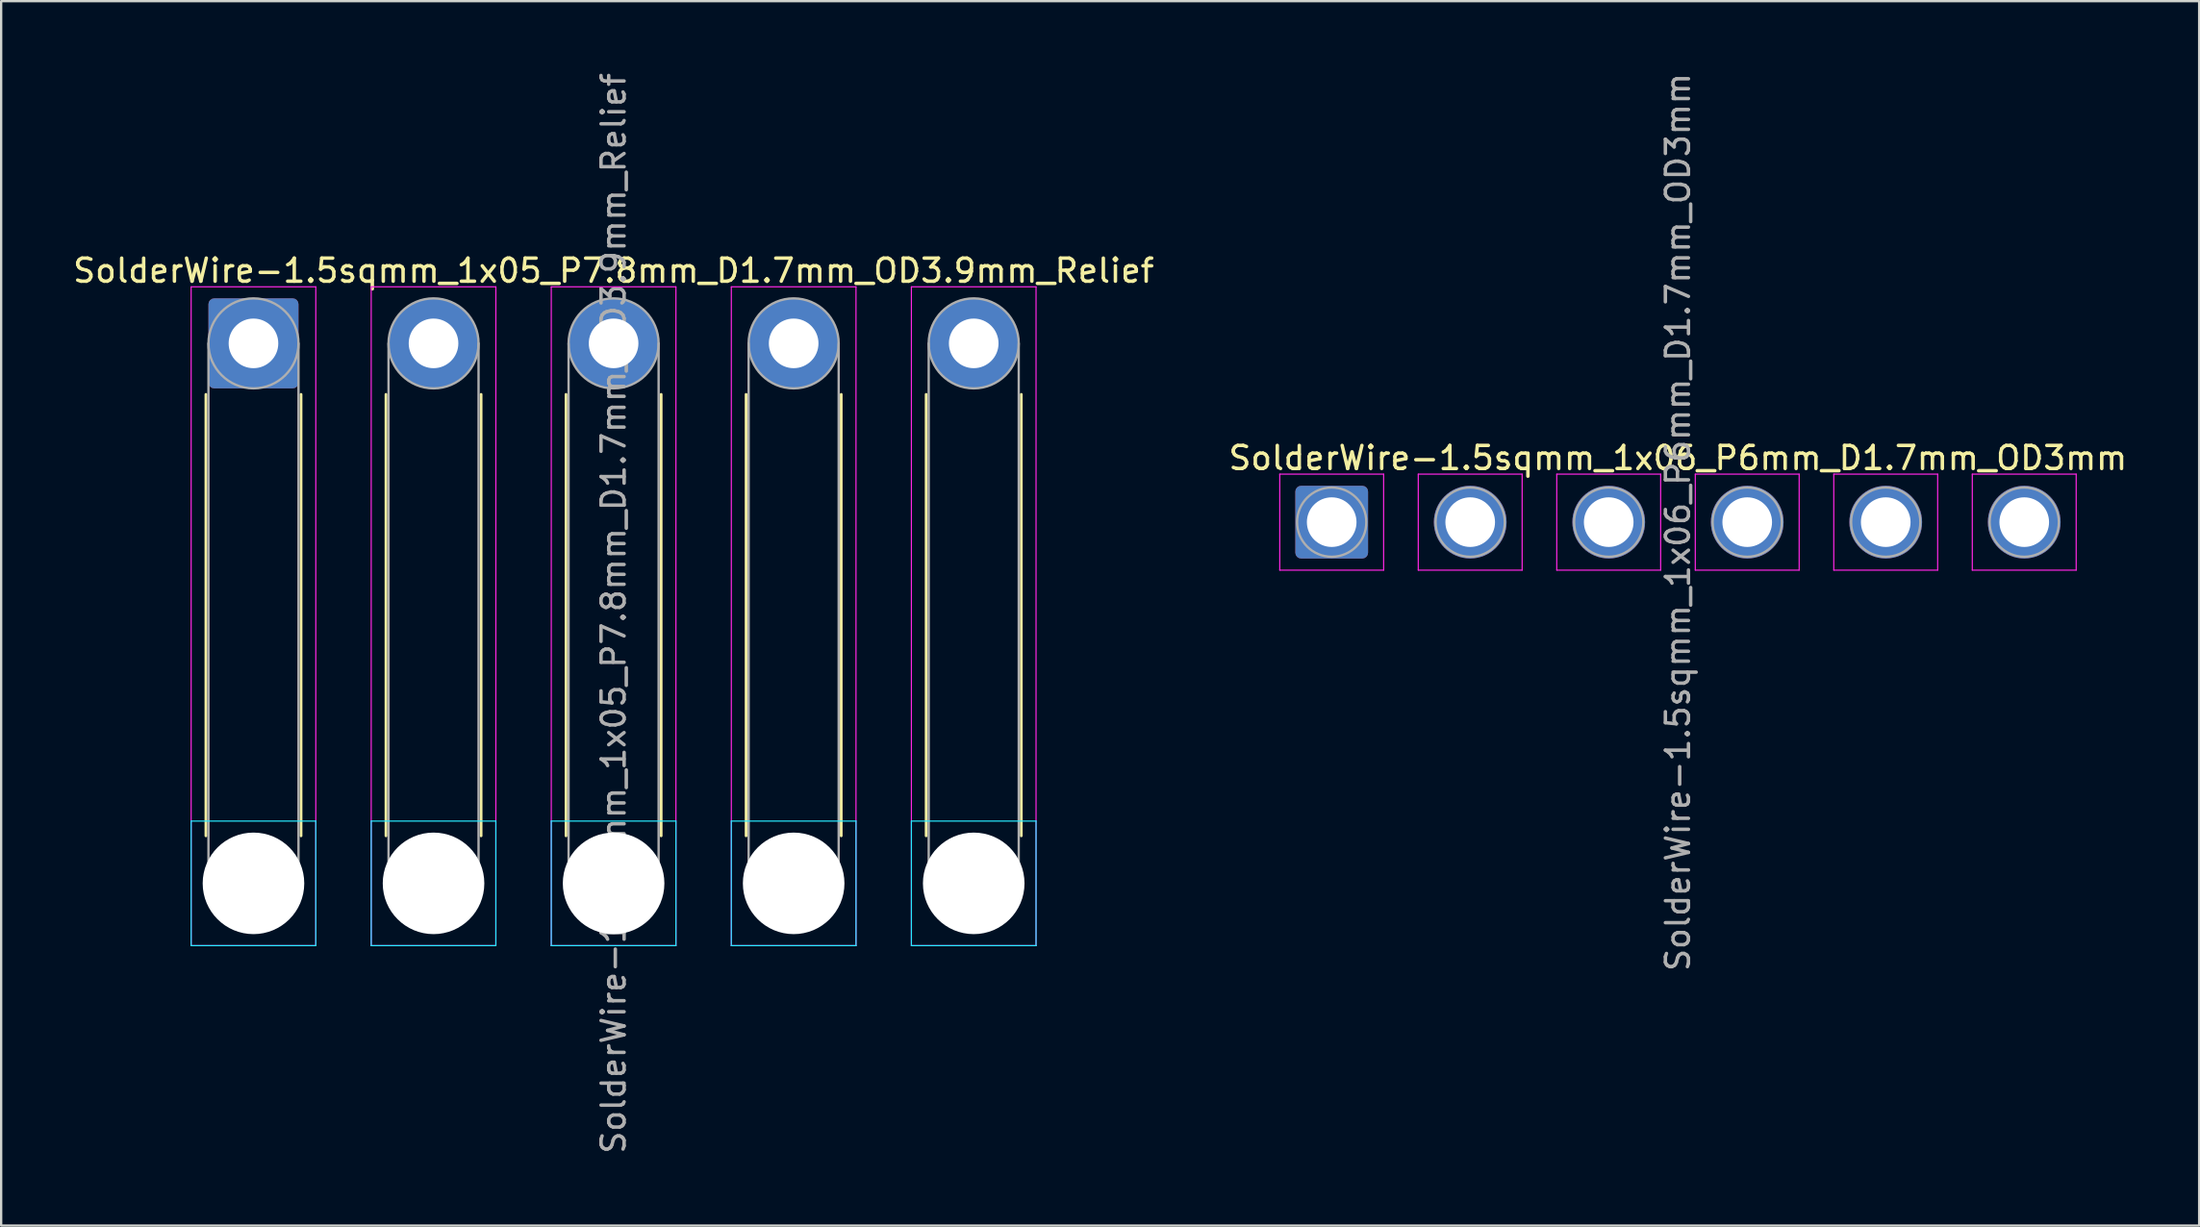
<source format=kicad_pcb>
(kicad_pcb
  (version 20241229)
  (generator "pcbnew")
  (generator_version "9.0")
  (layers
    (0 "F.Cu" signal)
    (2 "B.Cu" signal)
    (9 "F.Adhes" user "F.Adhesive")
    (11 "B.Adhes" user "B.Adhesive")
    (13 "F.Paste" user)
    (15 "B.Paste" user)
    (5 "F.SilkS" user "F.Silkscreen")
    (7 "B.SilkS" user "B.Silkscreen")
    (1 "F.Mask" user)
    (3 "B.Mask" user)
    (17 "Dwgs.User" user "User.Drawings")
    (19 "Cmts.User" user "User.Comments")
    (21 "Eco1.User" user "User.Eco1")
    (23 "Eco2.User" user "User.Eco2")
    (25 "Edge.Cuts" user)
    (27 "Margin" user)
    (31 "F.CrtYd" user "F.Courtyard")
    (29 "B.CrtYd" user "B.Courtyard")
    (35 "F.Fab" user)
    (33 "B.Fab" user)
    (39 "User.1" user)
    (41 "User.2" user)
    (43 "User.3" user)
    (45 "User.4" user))
  (footprint "SolderWire-1.5sqmm_1x06_P6mm_D1.7mm_OD3mm"
    (layer "F.Cu")
    (at 54.637 19.577)
    (property "Reference" "SolderWire-1.5sqmm_1x06_P6mm_D1.7mm_OD3mm" (at 15 -2.78 0) (layer "F.SilkS") (effects (font (size 1 1) (thickness 0.15))))
    (attr exclude_from_pos_files exclude_from_bom)
    (fp_line (start -2.25 -2.08) (end -2.25 2.08) (stroke (width 0.05) (type solid)) (layer "F.CrtYd"))
    (fp_line (start -2.25 2.08) (end 2.25 2.08) (stroke (width 0.05) (type solid)) (layer "F.CrtYd"))
    (fp_line (start 2.25 -2.08) (end -2.25 -2.08) (stroke (width 0.05) (type solid)) (layer "F.CrtYd"))
    (fp_line (start 2.25 2.08) (end 2.25 -2.08) (stroke (width 0.05) (type solid)) (layer "F.CrtYd"))
    (fp_line (start 3.75 -2.08) (end 3.75 2.08) (stroke (width 0.05) (type solid)) (layer "F.CrtYd"))
    (fp_line (start 3.75 2.08) (end 8.25 2.08) (stroke (width 0.05) (type solid)) (layer "F.CrtYd"))
    (fp_line (start 8.25 -2.08) (end 3.75 -2.08) (stroke (width 0.05) (type solid)) (layer "F.CrtYd"))
    (fp_line (start 8.25 2.08) (end 8.25 -2.08) (stroke (width 0.05) (type solid)) (layer "F.CrtYd"))
    (fp_line (start 9.75 -2.08) (end 9.75 2.08) (stroke (width 0.05) (type solid)) (layer "F.CrtYd"))
    (fp_line (start 9.75 2.08) (end 14.25 2.08) (stroke (width 0.05) (type solid)) (layer "F.CrtYd"))
    (fp_line (start 14.25 -2.08) (end 9.75 -2.08) (stroke (width 0.05) (type solid)) (layer "F.CrtYd"))
    (fp_line (start 14.25 2.08) (end 14.25 -2.08) (stroke (width 0.05) (type solid)) (layer "F.CrtYd"))
    (fp_line (start 15.75 -2.08) (end 15.75 2.08) (stroke (width 0.05) (type solid)) (layer "F.CrtYd"))
    (fp_line (start 15.75 2.08) (end 20.25 2.08) (stroke (width 0.05) (type solid)) (layer "F.CrtYd"))
    (fp_line (start 20.25 -2.08) (end 15.75 -2.08) (stroke (width 0.05) (type solid)) (layer "F.CrtYd"))
    (fp_line (start 20.25 2.08) (end 20.25 -2.08) (stroke (width 0.05) (type solid)) (layer "F.CrtYd"))
    (fp_line (start 21.75 -2.08) (end 21.75 2.08) (stroke (width 0.05) (type solid)) (layer "F.CrtYd"))
    (fp_line (start 21.75 2.08) (end 26.25 2.08) (stroke (width 0.05) (type solid)) (layer "F.CrtYd"))
    (fp_line (start 26.25 -2.08) (end 21.75 -2.08) (stroke (width 0.05) (type solid)) (layer "F.CrtYd"))
    (fp_line (start 26.25 2.08) (end 26.25 -2.08) (stroke (width 0.05) (type solid)) (layer "F.CrtYd"))
    (fp_line (start 27.75 -2.08) (end 27.75 2.08) (stroke (width 0.05) (type solid)) (layer "F.CrtYd"))
    (fp_line (start 27.75 2.08) (end 32.25 2.08) (stroke (width 0.05) (type solid)) (layer "F.CrtYd"))
    (fp_line (start 32.25 -2.08) (end 27.75 -2.08) (stroke (width 0.05) (type solid)) (layer "F.CrtYd"))
    (fp_line (start 32.25 2.08) (end 32.25 -2.08) (stroke (width 0.05) (type solid)) (layer "F.CrtYd"))
    (fp_circle (center 0 0) (end 1.5 0) (stroke (width 0.1) (type solid)) (fill no) (layer "F.Fab"))
    (fp_circle (center 6 0) (end 7.5 0) (stroke (width 0.1) (type solid)) (fill no) (layer "F.Fab"))
    (fp_circle (center 12 0) (end 13.5 0) (stroke (width 0.1) (type solid)) (fill no) (layer "F.Fab"))
    (fp_circle (center 18 0) (end 19.5 0) (stroke (width 0.1) (type solid)) (fill no) (layer "F.Fab"))
    (fp_circle (center 24 0) (end 25.5 0) (stroke (width 0.1) (type solid)) (fill no) (layer "F.Fab"))
    (fp_circle (center 30 0) (end 31.5 0) (stroke (width 0.1) (type solid)) (fill no) (layer "F.Fab"))
    (fp_text user "${REFERENCE}" (at 15 0 90) (layer "F.Fab") (effects (font (size 1 1) (thickness 0.15))))
    (pad "1" thru_hole roundrect (at 0 0) (size 3.15 3.15) (drill 2.15) (layers "*.Cu" "*.Mask") (roundrect_rratio 0.079))
    (pad "2" thru_hole circle (at 6 0) (size 3.15 3.15) (drill 2.15) (layers "*.Cu" "*.Mask"))
    (pad "3" thru_hole circle (at 12 0) (size 3.15 3.15) (drill 2.15) (layers "*.Cu" "*.Mask"))
    (pad "4" thru_hole circle (at 18 0) (size 3.15 3.15) (drill 2.15) (layers "*.Cu" "*.Mask"))
    (pad "5" thru_hole circle (at 24 0) (size 3.15 3.15) (drill 2.15) (layers "*.Cu" "*.Mask"))
    (pad "6" thru_hole circle (at 30 0) (size 3.15 3.15) (drill 2.15) (layers "*.Cu" "*.Mask")))
  (footprint "SolderWire-1.5sqmm_1x05_P7.8mm_D1.7mm_OD3.9mm_Relief"
    (layer "F.Cu")
    (at 7.93 11.83)
    (property "Reference" "SolderWire-1.5sqmm_1x05_P7.8mm_D1.7mm_OD3.9mm_Relief" (at 15.6 -3.15 0) (layer "F.SilkS") (effects (font (size 1 1) (thickness 0.15))))
    (attr exclude_from_pos_files exclude_from_bom)
    (fp_line (start -2.06 2.21) (end -2.06 21.34) (stroke (width 0.12) (type solid)) (layer "F.SilkS"))
    (fp_line (start 2.06 2.21) (end 2.06 21.34) (stroke (width 0.12) (type solid)) (layer "F.SilkS"))
    (fp_line (start 5.74 2.21) (end 5.74 21.34) (stroke (width 0.12) (type solid)) (layer "F.SilkS"))
    (fp_line (start 9.86 2.21) (end 9.86 21.34) (stroke (width 0.12) (type solid)) (layer "F.SilkS"))
    (fp_line (start 13.54 2.21) (end 13.54 21.34) (stroke (width 0.12) (type solid)) (layer "F.SilkS"))
    (fp_line (start 17.66 2.21) (end 17.66 21.34) (stroke (width 0.12) (type solid)) (layer "F.SilkS"))
    (fp_line (start 21.34 2.21) (end 21.34 21.34) (stroke (width 0.12) (type solid)) (layer "F.SilkS"))
    (fp_line (start 25.46 2.21) (end 25.46 21.34) (stroke (width 0.12) (type solid)) (layer "F.SilkS"))
    (fp_line (start 29.14 2.21) (end 29.14 21.34) (stroke (width 0.12) (type solid)) (layer "F.SilkS"))
    (fp_line (start 33.26 2.21) (end 33.26 21.34) (stroke (width 0.12) (type solid)) (layer "F.SilkS"))
    (fp_line (start -2.7 20.7) (end -2.7 26.1) (stroke (width 0.05) (type solid)) (layer "B.CrtYd"))
    (fp_line (start -2.7 26.1) (end 2.7 26.1) (stroke (width 0.05) (type solid)) (layer "B.CrtYd"))
    (fp_line (start 2.7 20.7) (end -2.7 20.7) (stroke (width 0.05) (type solid)) (layer "B.CrtYd"))
    (fp_line (start 2.7 26.1) (end 2.7 20.7) (stroke (width 0.05) (type solid)) (layer "B.CrtYd"))
    (fp_line (start 5.1 20.7) (end 5.1 26.1) (stroke (width 0.05) (type solid)) (layer "B.CrtYd"))
    (fp_line (start 5.1 26.1) (end 10.5 26.1) (stroke (width 0.05) (type solid)) (layer "B.CrtYd"))
    (fp_line (start 10.5 20.7) (end 5.1 20.7) (stroke (width 0.05) (type solid)) (layer "B.CrtYd"))
    (fp_line (start 10.5 26.1) (end 10.5 20.7) (stroke (width 0.05) (type solid)) (layer "B.CrtYd"))
    (fp_line (start 12.9 20.7) (end 12.9 26.1) (stroke (width 0.05) (type solid)) (layer "B.CrtYd"))
    (fp_line (start 12.9 26.1) (end 18.3 26.1) (stroke (width 0.05) (type solid)) (layer "B.CrtYd"))
    (fp_line (start 18.3 20.7) (end 12.9 20.7) (stroke (width 0.05) (type solid)) (layer "B.CrtYd"))
    (fp_line (start 18.3 26.1) (end 18.3 20.7) (stroke (width 0.05) (type solid)) (layer "B.CrtYd"))
    (fp_line (start 20.7 20.7) (end 20.7 26.1) (stroke (width 0.05) (type solid)) (layer "B.CrtYd"))
    (fp_line (start 20.7 26.1) (end 26.1 26.1) (stroke (width 0.05) (type solid)) (layer "B.CrtYd"))
    (fp_line (start 26.1 20.7) (end 20.7 20.7) (stroke (width 0.05) (type solid)) (layer "B.CrtYd"))
    (fp_line (start 26.1 26.1) (end 26.1 20.7) (stroke (width 0.05) (type solid)) (layer "B.CrtYd"))
    (fp_line (start 28.5 20.7) (end 28.5 26.1) (stroke (width 0.05) (type solid)) (layer "B.CrtYd"))
    (fp_line (start 28.5 26.1) (end 33.9 26.1) (stroke (width 0.05) (type solid)) (layer "B.CrtYd"))
    (fp_line (start 33.9 20.7) (end 28.5 20.7) (stroke (width 0.05) (type solid)) (layer "B.CrtYd"))
    (fp_line (start 33.9 26.1) (end 33.9 20.7) (stroke (width 0.05) (type solid)) (layer "B.CrtYd"))
    (fp_line (start -2.7 -2.45) (end -2.7 26.1) (stroke (width 0.05) (type solid)) (layer "F.CrtYd"))
    (fp_line (start -2.7 26.1) (end 2.7 26.1) (stroke (width 0.05) (type solid)) (layer "F.CrtYd"))
    (fp_line (start 2.7 -2.45) (end -2.7 -2.45) (stroke (width 0.05) (type solid)) (layer "F.CrtYd"))
    (fp_line (start 2.7 26.1) (end 2.7 -2.45) (stroke (width 0.05) (type solid)) (layer "F.CrtYd"))
    (fp_line (start 5.1 -2.45) (end 5.1 26.1) (stroke (width 0.05) (type solid)) (layer "F.CrtYd"))
    (fp_line (start 5.1 26.1) (end 10.5 26.1) (stroke (width 0.05) (type solid)) (layer "F.CrtYd"))
    (fp_line (start 10.5 -2.45) (end 5.1 -2.45) (stroke (width 0.05) (type solid)) (layer "F.CrtYd"))
    (fp_line (start 10.5 26.1) (end 10.5 -2.45) (stroke (width 0.05) (type solid)) (layer "F.CrtYd"))
    (fp_line (start 12.9 -2.45) (end 12.9 26.1) (stroke (width 0.05) (type solid)) (layer "F.CrtYd"))
    (fp_line (start 12.9 26.1) (end 18.3 26.1) (stroke (width 0.05) (type solid)) (layer "F.CrtYd"))
    (fp_line (start 18.3 -2.45) (end 12.9 -2.45) (stroke (width 0.05) (type solid)) (layer "F.CrtYd"))
    (fp_line (start 18.3 26.1) (end 18.3 -2.45) (stroke (width 0.05) (type solid)) (layer "F.CrtYd"))
    (fp_line (start 20.7 -2.45) (end 20.7 26.1) (stroke (width 0.05) (type solid)) (layer "F.CrtYd"))
    (fp_line (start 20.7 26.1) (end 26.1 26.1) (stroke (width 0.05) (type solid)) (layer "F.CrtYd"))
    (fp_line (start 26.1 -2.45) (end 20.7 -2.45) (stroke (width 0.05) (type solid)) (layer "F.CrtYd"))
    (fp_line (start 26.1 26.1) (end 26.1 -2.45) (stroke (width 0.05) (type solid)) (layer "F.CrtYd"))
    (fp_line (start 28.5 -2.45) (end 28.5 26.1) (stroke (width 0.05) (type solid)) (layer "F.CrtYd"))
    (fp_line (start 28.5 26.1) (end 33.9 26.1) (stroke (width 0.05) (type solid)) (layer "F.CrtYd"))
    (fp_line (start 33.9 -2.45) (end 28.5 -2.45) (stroke (width 0.05) (type solid)) (layer "F.CrtYd"))
    (fp_line (start 33.9 26.1) (end 33.9 -2.45) (stroke (width 0.05) (type solid)) (layer "F.CrtYd"))
    (fp_line (start -1.95 0) (end -1.95 23.4) (stroke (width 0.1) (type solid)) (layer "F.Fab"))
    (fp_line (start 1.95 0) (end 1.95 23.4) (stroke (width 0.1) (type solid)) (layer "F.Fab"))
    (fp_line (start 5.85 0) (end 5.85 23.4) (stroke (width 0.1) (type solid)) (layer "F.Fab"))
    (fp_line (start 9.75 0) (end 9.75 23.4) (stroke (width 0.1) (type solid)) (layer "F.Fab"))
    (fp_line (start 13.65 0) (end 13.65 23.4) (stroke (width 0.1) (type solid)) (layer "F.Fab"))
    (fp_line (start 17.55 0) (end 17.55 23.4) (stroke (width 0.1) (type solid)) (layer "F.Fab"))
    (fp_line (start 21.45 0) (end 21.45 23.4) (stroke (width 0.1) (type solid)) (layer "F.Fab"))
    (fp_line (start 25.35 0) (end 25.35 23.4) (stroke (width 0.1) (type solid)) (layer "F.Fab"))
    (fp_line (start 29.25 0) (end 29.25 23.4) (stroke (width 0.1) (type solid)) (layer "F.Fab"))
    (fp_line (start 33.15 0) (end 33.15 23.4) (stroke (width 0.1) (type solid)) (layer "F.Fab"))
    (fp_circle (center 0 0) (end 1.95 0) (stroke (width 0.1) (type solid)) (fill no) (layer "F.Fab"))
    (fp_circle (center 0 23.4) (end 1.95 23.4) (stroke (width 0.1) (type solid)) (fill no) (layer "F.Fab"))
    (fp_circle (center 7.8 0) (end 9.75 0) (stroke (width 0.1) (type solid)) (fill no) (layer "F.Fab"))
    (fp_circle (center 7.8 23.4) (end 9.75 23.4) (stroke (width 0.1) (type solid)) (fill no) (layer "F.Fab"))
    (fp_circle (center 15.6 0) (end 17.55 0) (stroke (width 0.1) (type solid)) (fill no) (layer "F.Fab"))
    (fp_circle (center 15.6 23.4) (end 17.55 23.4) (stroke (width 0.1) (type solid)) (fill no) (layer "F.Fab"))
    (fp_circle (center 23.4 0) (end 25.35 0) (stroke (width 0.1) (type solid)) (fill no) (layer "F.Fab"))
    (fp_circle (center 23.4 23.4) (end 25.35 23.4) (stroke (width 0.1) (type solid)) (fill no) (layer "F.Fab"))
    (fp_circle (center 31.2 0) (end 33.15 0) (stroke (width 0.1) (type solid)) (fill no) (layer "F.Fab"))
    (fp_circle (center 31.2 23.4) (end 33.15 23.4) (stroke (width 0.1) (type solid)) (fill no) (layer "F.Fab"))
    (fp_text user "${REFERENCE}" (at 15.6 11.7 90) (layer "F.Fab") (effects (font (size 1 1) (thickness 0.15))))
    (pad "" np_thru_hole circle (at 0 23.4) (size 4.4 4.4) (drill 4.4) (layers "*.Cu" "*.Mask"))
    (pad "" np_thru_hole circle (at 7.8 23.4) (size 4.4 4.4) (drill 4.4) (layers "*.Cu" "*.Mask"))
    (pad "" np_thru_hole circle (at 15.6 23.4) (size 4.4 4.4) (drill 4.4) (layers "*.Cu" "*.Mask"))
    (pad "" np_thru_hole circle (at 23.4 23.4) (size 4.4 4.4) (drill 4.4) (layers "*.Cu" "*.Mask"))
    (pad "" np_thru_hole circle (at 31.2 23.4) (size 4.4 4.4) (drill 4.4) (layers "*.Cu" "*.Mask"))
    (pad "1" thru_hole roundrect (at 0 0) (size 3.9 3.9) (drill 2.15) (layers "*.Cu" "*.Mask") (roundrect_rratio 0.064))
    (pad "2" thru_hole circle (at 7.8 0) (size 3.9 3.9) (drill 2.15) (layers "*.Cu" "*.Mask"))
    (pad "3" thru_hole circle (at 15.6 0) (size 3.9 3.9) (drill 2.15) (layers "*.Cu" "*.Mask"))
    (pad "4" thru_hole circle (at 23.4 0) (size 3.9 3.9) (drill 2.15) (layers "*.Cu" "*.Mask"))
    (pad "5" thru_hole circle (at 31.2 0) (size 3.9 3.9) (drill 2.15) (layers "*.Cu" "*.Mask")))
  (gr_rect
    (start -3 -3)
    (end 92.214 50.06)
    (stroke (width 0.1) (type default))
    (fill no)
    (layer "Edge.Cuts")))
</source>
